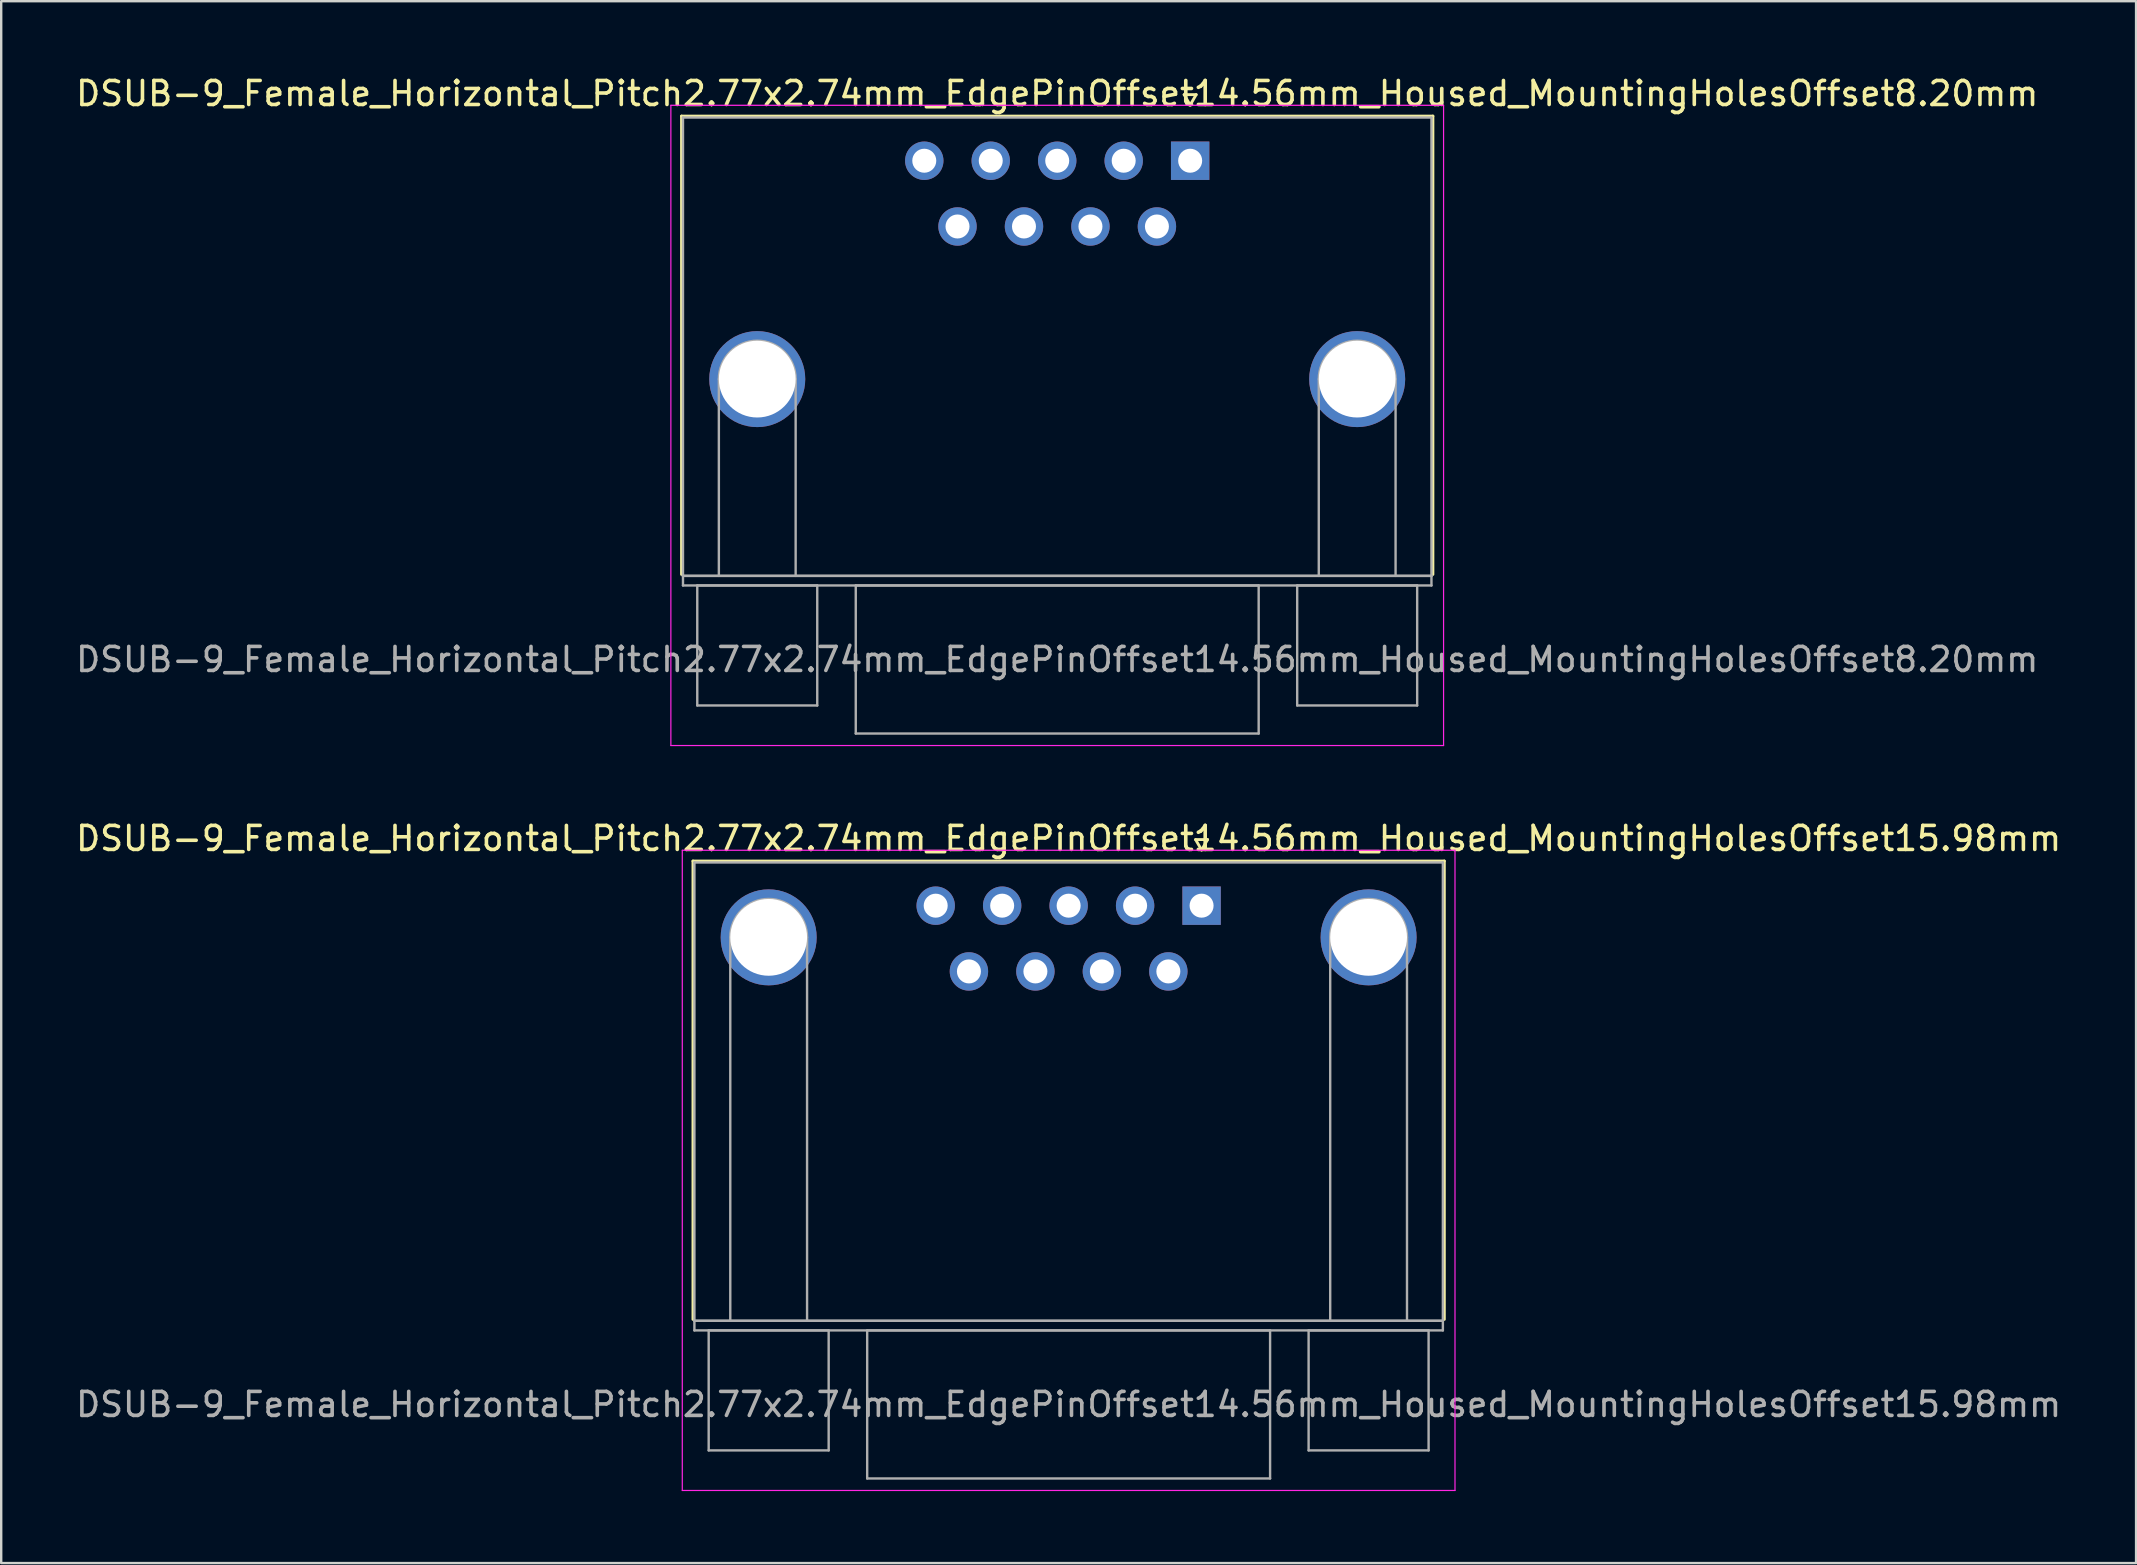
<source format=kicad_pcb>
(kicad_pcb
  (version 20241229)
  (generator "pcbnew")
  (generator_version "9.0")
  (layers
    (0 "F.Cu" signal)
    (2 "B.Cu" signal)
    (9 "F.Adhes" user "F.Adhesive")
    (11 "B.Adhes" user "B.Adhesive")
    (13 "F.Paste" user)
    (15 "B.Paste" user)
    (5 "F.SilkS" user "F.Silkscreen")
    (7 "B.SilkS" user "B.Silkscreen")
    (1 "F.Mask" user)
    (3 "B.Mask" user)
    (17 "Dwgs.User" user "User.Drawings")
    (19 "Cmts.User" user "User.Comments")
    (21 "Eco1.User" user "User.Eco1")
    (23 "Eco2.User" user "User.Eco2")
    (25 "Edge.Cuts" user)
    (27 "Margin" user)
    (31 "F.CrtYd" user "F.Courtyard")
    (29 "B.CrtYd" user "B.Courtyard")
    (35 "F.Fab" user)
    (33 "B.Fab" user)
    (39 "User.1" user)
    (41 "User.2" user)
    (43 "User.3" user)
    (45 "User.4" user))
  (footprint "DSUB-9_Female_Horizontal_Pitch2.77x2.74mm_EdgePinOffset14.56mm_Housed_MountingHolesOffset8.20mm"
    (layer "F.Cu")
    (at 46.546 3.648)
    (property "Reference" "DSUB-9_Female_Horizontal_Pitch2.77x2.74mm_EdgePinOffset14.56mm_Housed_MountingHolesOffset8.20mm" (at -5.54 -2.8 0) (layer "F.SilkS") (effects (font (size 1 1) (thickness 0.15))))
    (attr through_hole)
    (fp_line (start -21.195 -1.86) (end 10.115 -1.86) (stroke (width 0.12) (type solid)) (layer "F.SilkS"))
    (fp_line (start -21.195 17.24) (end -21.195 -1.86) (stroke (width 0.12) (type solid)) (layer "F.SilkS"))
    (fp_line (start -0.25 -2.754) (end 0.25 -2.754) (stroke (width 0.12) (type solid)) (layer "F.SilkS"))
    (fp_line (start 0 -2.321) (end -0.25 -2.754) (stroke (width 0.12) (type solid)) (layer "F.SilkS"))
    (fp_line (start 0.25 -2.754) (end 0 -2.321) (stroke (width 0.12) (type solid)) (layer "F.SilkS"))
    (fp_line (start 10.115 -1.86) (end 10.115 17.24) (stroke (width 0.12) (type solid)) (layer "F.SilkS"))
    (fp_line (start -21.64 -2.31) (end -21.64 24.37) (stroke (width 0.05) (type solid)) (layer "F.CrtYd"))
    (fp_line (start -21.64 24.37) (end 10.56 24.37) (stroke (width 0.05) (type solid)) (layer "F.CrtYd"))
    (fp_line (start 10.56 -2.31) (end -21.64 -2.31) (stroke (width 0.05) (type solid)) (layer "F.CrtYd"))
    (fp_line (start 10.56 24.37) (end 10.56 -2.31) (stroke (width 0.05) (type solid)) (layer "F.CrtYd"))
    (fp_line (start -21.135 -1.8) (end -21.135 17.3) (stroke (width 0.1) (type solid)) (layer "F.Fab"))
    (fp_line (start -21.135 17.3) (end -21.135 17.7) (stroke (width 0.1) (type solid)) (layer "F.Fab"))
    (fp_line (start -21.135 17.3) (end 10.055 17.3) (stroke (width 0.1) (type solid)) (layer "F.Fab"))
    (fp_line (start -21.135 17.7) (end 10.055 17.7) (stroke (width 0.1) (type solid)) (layer "F.Fab"))
    (fp_line (start -20.54 17.7) (end -20.54 22.7) (stroke (width 0.1) (type solid)) (layer "F.Fab"))
    (fp_line (start -20.54 22.7) (end -15.54 22.7) (stroke (width 0.1) (type solid)) (layer "F.Fab"))
    (fp_line (start -19.64 17.3) (end -19.64 9.1) (stroke (width 0.1) (type solid)) (layer "F.Fab"))
    (fp_line (start -16.44 17.3) (end -16.44 9.1) (stroke (width 0.1) (type solid)) (layer "F.Fab"))
    (fp_line (start -15.54 17.7) (end -20.54 17.7) (stroke (width 0.1) (type solid)) (layer "F.Fab"))
    (fp_line (start -15.54 22.7) (end -15.54 17.7) (stroke (width 0.1) (type solid)) (layer "F.Fab"))
    (fp_line (start -13.935 17.7) (end -13.935 23.87) (stroke (width 0.1) (type solid)) (layer "F.Fab"))
    (fp_line (start -13.935 23.87) (end 2.855 23.87) (stroke (width 0.1) (type solid)) (layer "F.Fab"))
    (fp_line (start 2.855 17.7) (end -13.935 17.7) (stroke (width 0.1) (type solid)) (layer "F.Fab"))
    (fp_line (start 2.855 23.87) (end 2.855 17.7) (stroke (width 0.1) (type solid)) (layer "F.Fab"))
    (fp_line (start 4.46 17.7) (end 4.46 22.7) (stroke (width 0.1) (type solid)) (layer "F.Fab"))
    (fp_line (start 4.46 22.7) (end 9.46 22.7) (stroke (width 0.1) (type solid)) (layer "F.Fab"))
    (fp_line (start 5.36 17.3) (end 5.36 9.1) (stroke (width 0.1) (type solid)) (layer "F.Fab"))
    (fp_line (start 8.56 17.3) (end 8.56 9.1) (stroke (width 0.1) (type solid)) (layer "F.Fab"))
    (fp_line (start 9.46 17.7) (end 4.46 17.7) (stroke (width 0.1) (type solid)) (layer "F.Fab"))
    (fp_line (start 9.46 22.7) (end 9.46 17.7) (stroke (width 0.1) (type solid)) (layer "F.Fab"))
    (fp_line (start 10.055 -1.8) (end -21.135 -1.8) (stroke (width 0.1) (type solid)) (layer "F.Fab"))
    (fp_line (start 10.055 17.3) (end -21.135 17.3) (stroke (width 0.1) (type solid)) (layer "F.Fab"))
    (fp_line (start 10.055 17.3) (end 10.055 -1.8) (stroke (width 0.1) (type solid)) (layer "F.Fab"))
    (fp_line (start 10.055 17.7) (end 10.055 17.3) (stroke (width 0.1) (type solid)) (layer "F.Fab"))
    (fp_arc (start -19.64 9.1) (mid -18.04 7.5) (end -16.44 9.1) (stroke (width 0.1) (type solid)) (layer "F.Fab"))
    (fp_arc (start 5.36 9.1) (mid 6.96 7.5) (end 8.56 9.1) (stroke (width 0.1) (type solid)) (layer "F.Fab"))
    (fp_text user "${REFERENCE}" (at -5.54 20.785 0) (layer "F.Fab") (effects (font (size 1 1) (thickness 0.15))))
    (pad "0" thru_hole circle (at -18.04 9.1) (size 4 4) (drill 3.2) (layers "*.Cu" "*.Mask"))
    (pad "0" thru_hole circle (at 6.96 9.1) (size 4 4) (drill 3.2) (layers "*.Cu" "*.Mask"))
    (pad "1" thru_hole rect (at 0 0) (size 1.6 1.6) (drill 1) (layers "*.Cu" "*.Mask"))
    (pad "2" thru_hole circle (at -2.77 0) (size 1.6 1.6) (drill 1) (layers "*.Cu" "*.Mask"))
    (pad "3" thru_hole circle (at -5.54 0) (size 1.6 1.6) (drill 1) (layers "*.Cu" "*.Mask"))
    (pad "4" thru_hole circle (at -8.31 0) (size 1.6 1.6) (drill 1) (layers "*.Cu" "*.Mask"))
    (pad "5" thru_hole circle (at -11.08 0) (size 1.6 1.6) (drill 1) (layers "*.Cu" "*.Mask"))
    (pad "6" thru_hole circle (at -1.385 2.74) (size 1.6 1.6) (drill 1) (layers "*.Cu" "*.Mask"))
    (pad "7" thru_hole circle (at -4.155 2.74) (size 1.6 1.6) (drill 1) (layers "*.Cu" "*.Mask"))
    (pad "8" thru_hole circle (at -6.925 2.74) (size 1.6 1.6) (drill 1) (layers "*.Cu" "*.Mask"))
    (pad "9" thru_hole circle (at -9.695 2.74) (size 1.6 1.6) (drill 1) (layers "*.Cu" "*.Mask")))
  (footprint "DSUB-9_Female_Horizontal_Pitch2.77x2.74mm_EdgePinOffset14.56mm_Housed_MountingHolesOffset15.98mm"
    (layer "F.Cu")
    (at 47.022 34.691)
    (property "Reference" "DSUB-9_Female_Horizontal_Pitch2.77x2.74mm_EdgePinOffset14.56mm_Housed_MountingHolesOffset15.98mm" (at -5.54 -2.8 0) (layer "F.SilkS") (effects (font (size 1 1) (thickness 0.15))))
    (attr through_hole)
    (fp_line (start -21.195 -1.86) (end 10.115 -1.86) (stroke (width 0.12) (type solid)) (layer "F.SilkS"))
    (fp_line (start -21.195 17.24) (end -21.195 -1.86) (stroke (width 0.12) (type solid)) (layer "F.SilkS"))
    (fp_line (start -0.25 -2.754) (end 0.25 -2.754) (stroke (width 0.12) (type solid)) (layer "F.SilkS"))
    (fp_line (start 0 -2.321) (end -0.25 -2.754) (stroke (width 0.12) (type solid)) (layer "F.SilkS"))
    (fp_line (start 0.25 -2.754) (end 0 -2.321) (stroke (width 0.12) (type solid)) (layer "F.SilkS"))
    (fp_line (start 10.115 -1.86) (end 10.115 17.24) (stroke (width 0.12) (type solid)) (layer "F.SilkS"))
    (fp_line (start -21.64 -2.31) (end -21.64 24.37) (stroke (width 0.05) (type solid)) (layer "F.CrtYd"))
    (fp_line (start -21.64 24.37) (end 10.56 24.37) (stroke (width 0.05) (type solid)) (layer "F.CrtYd"))
    (fp_line (start 10.56 -2.31) (end -21.64 -2.31) (stroke (width 0.05) (type solid)) (layer "F.CrtYd"))
    (fp_line (start 10.56 24.37) (end 10.56 -2.31) (stroke (width 0.05) (type solid)) (layer "F.CrtYd"))
    (fp_line (start -21.135 -1.8) (end -21.135 17.3) (stroke (width 0.1) (type solid)) (layer "F.Fab"))
    (fp_line (start -21.135 17.3) (end -21.135 17.7) (stroke (width 0.1) (type solid)) (layer "F.Fab"))
    (fp_line (start -21.135 17.3) (end 10.055 17.3) (stroke (width 0.1) (type solid)) (layer "F.Fab"))
    (fp_line (start -21.135 17.7) (end 10.055 17.7) (stroke (width 0.1) (type solid)) (layer "F.Fab"))
    (fp_line (start -20.54 17.7) (end -20.54 22.7) (stroke (width 0.1) (type solid)) (layer "F.Fab"))
    (fp_line (start -20.54 22.7) (end -15.54 22.7) (stroke (width 0.1) (type solid)) (layer "F.Fab"))
    (fp_line (start -19.64 17.3) (end -19.64 1.32) (stroke (width 0.1) (type solid)) (layer "F.Fab"))
    (fp_line (start -16.44 17.3) (end -16.44 1.32) (stroke (width 0.1) (type solid)) (layer "F.Fab"))
    (fp_line (start -15.54 17.7) (end -20.54 17.7) (stroke (width 0.1) (type solid)) (layer "F.Fab"))
    (fp_line (start -15.54 22.7) (end -15.54 17.7) (stroke (width 0.1) (type solid)) (layer "F.Fab"))
    (fp_line (start -13.935 17.7) (end -13.935 23.87) (stroke (width 0.1) (type solid)) (layer "F.Fab"))
    (fp_line (start -13.935 23.87) (end 2.855 23.87) (stroke (width 0.1) (type solid)) (layer "F.Fab"))
    (fp_line (start 2.855 17.7) (end -13.935 17.7) (stroke (width 0.1) (type solid)) (layer "F.Fab"))
    (fp_line (start 2.855 23.87) (end 2.855 17.7) (stroke (width 0.1) (type solid)) (layer "F.Fab"))
    (fp_line (start 4.46 17.7) (end 4.46 22.7) (stroke (width 0.1) (type solid)) (layer "F.Fab"))
    (fp_line (start 4.46 22.7) (end 9.46 22.7) (stroke (width 0.1) (type solid)) (layer "F.Fab"))
    (fp_line (start 5.36 17.3) (end 5.36 1.32) (stroke (width 0.1) (type solid)) (layer "F.Fab"))
    (fp_line (start 8.56 17.3) (end 8.56 1.32) (stroke (width 0.1) (type solid)) (layer "F.Fab"))
    (fp_line (start 9.46 17.7) (end 4.46 17.7) (stroke (width 0.1) (type solid)) (layer "F.Fab"))
    (fp_line (start 9.46 22.7) (end 9.46 17.7) (stroke (width 0.1) (type solid)) (layer "F.Fab"))
    (fp_line (start 10.055 -1.8) (end -21.135 -1.8) (stroke (width 0.1) (type solid)) (layer "F.Fab"))
    (fp_line (start 10.055 17.3) (end -21.135 17.3) (stroke (width 0.1) (type solid)) (layer "F.Fab"))
    (fp_line (start 10.055 17.3) (end 10.055 -1.8) (stroke (width 0.1) (type solid)) (layer "F.Fab"))
    (fp_line (start 10.055 17.7) (end 10.055 17.3) (stroke (width 0.1) (type solid)) (layer "F.Fab"))
    (fp_arc (start -19.64 1.32) (mid -18.04 -0.28) (end -16.44 1.32) (stroke (width 0.1) (type solid)) (layer "F.Fab"))
    (fp_arc (start 5.36 1.32) (mid 6.96 -0.28) (end 8.56 1.32) (stroke (width 0.1) (type solid)) (layer "F.Fab"))
    (fp_text user "${REFERENCE}" (at -5.54 20.785 0) (layer "F.Fab") (effects (font (size 1 1) (thickness 0.15))))
    (pad "0" thru_hole circle (at -18.04 1.32) (size 4 4) (drill 3.2) (layers "*.Cu" "*.Mask"))
    (pad "0" thru_hole circle (at 6.96 1.32) (size 4 4) (drill 3.2) (layers "*.Cu" "*.Mask"))
    (pad "1" thru_hole rect (at 0 0) (size 1.6 1.6) (drill 1) (layers "*.Cu" "*.Mask"))
    (pad "2" thru_hole circle (at -2.77 0) (size 1.6 1.6) (drill 1) (layers "*.Cu" "*.Mask"))
    (pad "3" thru_hole circle (at -5.54 0) (size 1.6 1.6) (drill 1) (layers "*.Cu" "*.Mask"))
    (pad "4" thru_hole circle (at -8.31 0) (size 1.6 1.6) (drill 1) (layers "*.Cu" "*.Mask"))
    (pad "5" thru_hole circle (at -11.08 0) (size 1.6 1.6) (drill 1) (layers "*.Cu" "*.Mask"))
    (pad "6" thru_hole circle (at -1.385 2.74) (size 1.6 1.6) (drill 1) (layers "*.Cu" "*.Mask"))
    (pad "7" thru_hole circle (at -4.155 2.74) (size 1.6 1.6) (drill 1) (layers "*.Cu" "*.Mask"))
    (pad "8" thru_hole circle (at -6.925 2.74) (size 1.6 1.6) (drill 1) (layers "*.Cu" "*.Mask"))
    (pad "9" thru_hole circle (at -9.695 2.74) (size 1.6 1.6) (drill 1) (layers "*.Cu" "*.Mask")))
  (gr_rect
    (start -3 -3)
    (end 85.964 62.087)
    (stroke (width 0.1) (type default))
    (fill no)
    (layer "Edge.Cuts")))
</source>
